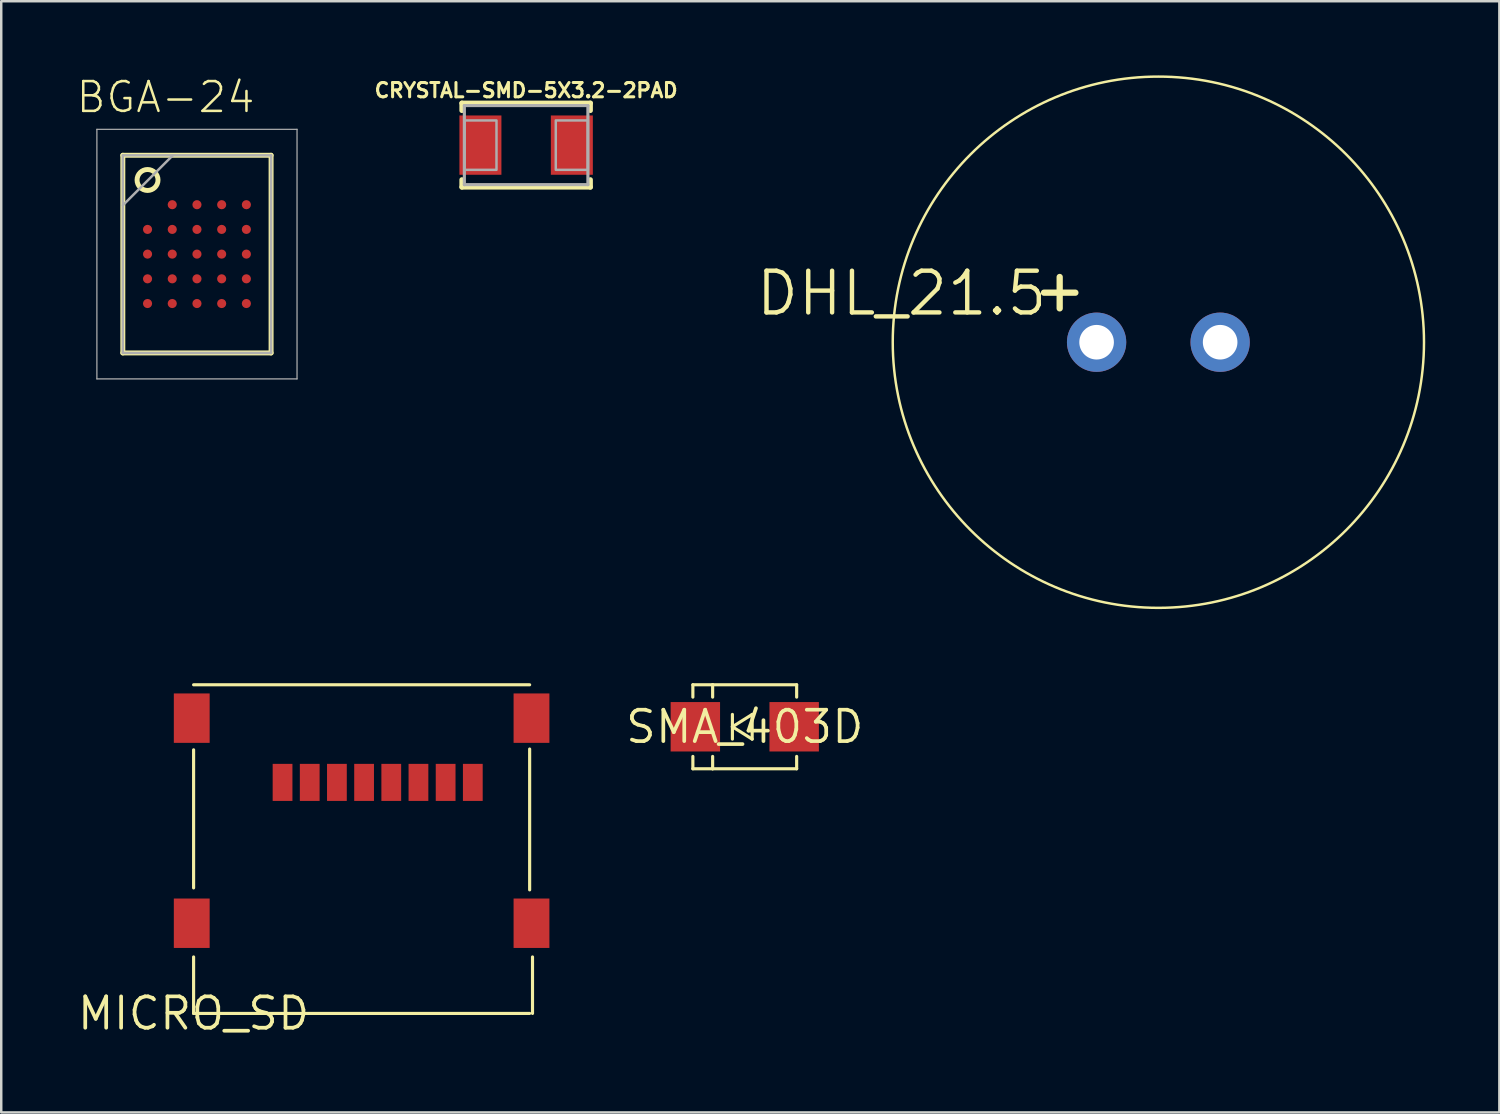
<source format=kicad_pcb>
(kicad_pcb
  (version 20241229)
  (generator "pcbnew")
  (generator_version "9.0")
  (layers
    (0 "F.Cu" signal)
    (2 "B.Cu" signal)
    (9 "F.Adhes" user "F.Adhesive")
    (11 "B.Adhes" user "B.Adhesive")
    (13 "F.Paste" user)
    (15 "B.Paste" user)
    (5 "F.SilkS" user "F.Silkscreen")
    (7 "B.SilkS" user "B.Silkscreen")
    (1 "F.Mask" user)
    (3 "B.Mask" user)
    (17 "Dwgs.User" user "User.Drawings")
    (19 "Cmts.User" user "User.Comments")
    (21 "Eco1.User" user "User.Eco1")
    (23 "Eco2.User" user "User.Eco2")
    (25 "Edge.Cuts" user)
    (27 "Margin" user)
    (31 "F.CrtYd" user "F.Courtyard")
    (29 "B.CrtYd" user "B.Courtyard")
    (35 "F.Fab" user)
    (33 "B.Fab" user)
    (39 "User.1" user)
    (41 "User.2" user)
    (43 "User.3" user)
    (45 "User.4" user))
  (footprint "MICRO_SD"
    (layer "F.Cu")
    (at 4.785 37.964)
    (property "Reference" "MICRO_SD" (at 0 0 0) (layer "F.SilkS") (effects (font (size 1.27 1.27) (thickness 0.15))))
    (attr through_hole)
    (fp_line (start 0 -13.3) (end 13.6 -13.3) (stroke (width 0.127) (type solid)) (layer "F.SilkS"))
    (fp_line (start 0 -10.668) (end 0 -5.08) (stroke (width 0.127) (type solid)) (layer "F.SilkS"))
    (fp_line (start 0 0) (end 0 -2.286) (stroke (width 0.127) (type solid)) (layer "F.SilkS"))
    (fp_line (start 0 0) (end 13.6 0) (stroke (width 0.127) (type solid)) (layer "F.SilkS"))
    (fp_line (start 13.6 -10.7) (end 13.6 -5) (stroke (width 0.127) (type solid)) (layer "F.SilkS"))
    (fp_line (start 13.716 0) (end 13.716 -2.286) (stroke (width 0.127) (type solid)) (layer "F.SilkS"))
    (pad "1" smd rect (at 3.6 -9.35) (size 0.8 1.5) (layers "F.Cu" "F.Mask" "F.Paste"))
    (pad "2" smd rect (at 4.7 -9.35) (size 0.8 1.5) (layers "F.Cu" "F.Mask" "F.Paste"))
    (pad "3" smd rect (at 5.8 -9.35) (size 0.8 1.5) (layers "F.Cu" "F.Mask" "F.Paste"))
    (pad "4" smd rect (at 6.9 -9.35) (size 0.8 1.5) (layers "F.Cu" "F.Mask" "F.Paste"))
    (pad "5" smd rect (at 8 -9.35) (size 0.8 1.5) (layers "F.Cu" "F.Mask" "F.Paste"))
    (pad "6" smd rect (at 9.1 -9.35) (size 0.8 1.5) (layers "F.Cu" "F.Mask" "F.Paste"))
    (pad "7" smd rect (at 10.2 -9.35) (size 0.8 1.5) (layers "F.Cu" "F.Mask" "F.Paste"))
    (pad "8" smd rect (at 11.3 -9.35) (size 0.8 1.5) (layers "F.Cu" "F.Mask" "F.Paste"))
    (pad "SHLD0" smd rect (at 13.675 -3.65) (size 1.45 2) (layers "F.Cu" "F.Mask" "F.Paste"))
    (pad "SHLD1" smd rect (at 13.675 -11.95) (size 1.45 2) (layers "F.Cu" "F.Mask" "F.Paste"))
    (pad "SHLD2" smd rect (at -0.075 -11.95) (size 1.45 2) (layers "F.Cu" "F.Mask" "F.Paste"))
    (pad "SHLD3" smd rect (at -0.075 -3.65) (size 1.45 2) (layers "F.Cu" "F.Mask" "F.Paste")))
  (footprint "SMA_403D"
    (layer "F.Cu")
    (at 27.091 26.363)
    (property "Reference" "SMA_403D" (at 0 0 0) (layer "F.SilkS") (effects (font (size 1.27 1.27) (thickness 0.15))))
    (attr through_hole)
    (fp_line (start -2.1 -1.7) (end -1.3 -1.7) (stroke (width 0.127) (type solid)) (layer "F.SilkS"))
    (fp_line (start -2.1 -1.2) (end -2.1 -1.7) (stroke (width 0.127) (type solid)) (layer "F.SilkS"))
    (fp_line (start -2.1 1.2) (end -2.1 1.7) (stroke (width 0.127) (type solid)) (layer "F.SilkS"))
    (fp_line (start -2.1 1.7) (end -1.3 1.7) (stroke (width 0.127) (type solid)) (layer "F.SilkS"))
    (fp_line (start -1.3 -1.7) (end -1.3 -1.2) (stroke (width 0.127) (type solid)) (layer "F.SilkS"))
    (fp_line (start -1.3 -1.7) (end 2.1 -1.7) (stroke (width 0.127) (type solid)) (layer "F.SilkS"))
    (fp_line (start -1.3 1.7) (end -1.3 1.2) (stroke (width 0.127) (type solid)) (layer "F.SilkS"))
    (fp_line (start -1.3 1.7) (end 2.1 1.7) (stroke (width 0.127) (type solid)) (layer "F.SilkS"))
    (fp_line (start -0.5 -0.5) (end -0.5 0) (stroke (width 0.127) (type solid)) (layer "F.SilkS"))
    (fp_line (start -0.5 0) (end -0.5 0.5) (stroke (width 0.127) (type solid)) (layer "F.SilkS"))
    (fp_line (start -0.5 0) (end 0.3 -0.5) (stroke (width 0.127) (type solid)) (layer "F.SilkS"))
    (fp_line (start 0.3 -0.5) (end 0.3 0.5) (stroke (width 0.127) (type solid)) (layer "F.SilkS"))
    (fp_line (start 0.3 0.5) (end -0.5 0) (stroke (width 0.127) (type solid)) (layer "F.SilkS"))
    (fp_line (start 2.1 -1.7) (end 2.1 -1.2) (stroke (width 0.127) (type solid)) (layer "F.SilkS"))
    (fp_line (start 2.1 1.7) (end 2.1 1.2) (stroke (width 0.127) (type solid)) (layer "F.SilkS"))
    (pad "A" smd rect (at 2 0) (size 2 2) (layers "F.Cu" "F.Mask" "F.Paste"))
    (pad "C" smd rect (at -2 0) (size 2 2) (layers "F.Cu" "F.Mask" "F.Paste")))
  (footprint "BGA-24"
    (layer "F.Cu")
    (at 4.921 7.234)
    (property "Reference" "BGA-24" (at -1.27 -6.35 0) (layer "F.SilkS") (effects (font (size 1.206 1.206) (thickness 0.102))))
    (attr through_hole)
    (fp_line (start -3 -4) (end 3 -4) (stroke (width 0.2) (type solid)) (layer "F.SilkS"))
    (fp_line (start -3 4) (end -3 -4) (stroke (width 0.2) (type solid)) (layer "F.SilkS"))
    (fp_line (start 3 -4) (end 3 4) (stroke (width 0.2) (type solid)) (layer "F.SilkS"))
    (fp_line (start 3 4) (end -3 4) (stroke (width 0.2) (type solid)) (layer "F.SilkS"))
    (fp_circle (center -2 -3) (end -1.576 -3) (stroke (width 0.2) (type solid)) (fill no) (layer "F.SilkS"))
    (fp_line (start -4.05 -5.05) (end 4.05 -5.05) (stroke (width 0.05) (type solid)) (layer "F.Fab"))
    (fp_line (start -4.05 5.05) (end -4.05 -5.05) (stroke (width 0.05) (type solid)) (layer "F.Fab"))
    (fp_line (start -3 -4) (end 3 -4) (stroke (width 0.1) (type solid)) (layer "F.Fab"))
    (fp_line (start -3 -1.975) (end -0.975 -4) (stroke (width 0.1) (type solid)) (layer "F.Fab"))
    (fp_line (start -3 4) (end -3 -4) (stroke (width 0.1) (type solid)) (layer "F.Fab"))
    (fp_line (start 3 -4) (end 3 4) (stroke (width 0.1) (type solid)) (layer "F.Fab"))
    (fp_line (start 3 4) (end -3 4) (stroke (width 0.1) (type solid)) (layer "F.Fab"))
    (fp_line (start 4.05 -5.05) (end 4.05 5.05) (stroke (width 0.05) (type solid)) (layer "F.Fab"))
    (fp_line (start 4.05 5.05) (end -4.05 5.05) (stroke (width 0.05) (type solid)) (layer "F.Fab"))
    (pad "A2" smd roundrect (at -1 -2) (size 0.37 0.37) (layers "F.Cu" "F.Mask" "F.Paste") (roundrect_rratio 0.5))
    (pad "A3" smd roundrect (at 0 -2) (size 0.37 0.37) (layers "F.Cu" "F.Mask" "F.Paste") (roundrect_rratio 0.5))
    (pad "A4" smd roundrect (at 1 -2) (size 0.37 0.37) (layers "F.Cu" "F.Mask" "F.Paste") (roundrect_rratio 0.5))
    (pad "A5" smd roundrect (at 2 -2) (size 0.37 0.37) (layers "F.Cu" "F.Mask" "F.Paste") (roundrect_rratio 0.5))
    (pad "B1" smd roundrect (at -2 -1) (size 0.37 0.37) (layers "F.Cu" "F.Mask" "F.Paste") (roundrect_rratio 0.5))
    (pad "B2" smd roundrect (at -1 -1) (size 0.37 0.37) (layers "F.Cu" "F.Mask" "F.Paste") (roundrect_rratio 0.5))
    (pad "B3" smd roundrect (at 0 -1) (size 0.37 0.37) (layers "F.Cu" "F.Mask" "F.Paste") (roundrect_rratio 0.5))
    (pad "B4" smd roundrect (at 1 -1) (size 0.37 0.37) (layers "F.Cu" "F.Mask" "F.Paste") (roundrect_rratio 0.5))
    (pad "B5" smd roundrect (at 2 -1) (size 0.37 0.37) (layers "F.Cu" "F.Mask" "F.Paste") (roundrect_rratio 0.5))
    (pad "C1" smd roundrect (at -2 0) (size 0.37 0.37) (layers "F.Cu" "F.Mask" "F.Paste") (roundrect_rratio 0.5))
    (pad "C2" smd roundrect (at -1 0) (size 0.37 0.37) (layers "F.Cu" "F.Mask" "F.Paste") (roundrect_rratio 0.5))
    (pad "C3" smd roundrect (at 0 0) (size 0.37 0.37) (layers "F.Cu" "F.Mask" "F.Paste") (roundrect_rratio 0.5))
    (pad "C4" smd roundrect (at 1 0) (size 0.37 0.37) (layers "F.Cu" "F.Mask" "F.Paste") (roundrect_rratio 0.5))
    (pad "C5" smd roundrect (at 2 0) (size 0.37 0.37) (layers "F.Cu" "F.Mask" "F.Paste") (roundrect_rratio 0.5))
    (pad "D1" smd roundrect (at -2 1) (size 0.37 0.37) (layers "F.Cu" "F.Mask" "F.Paste") (roundrect_rratio 0.5))
    (pad "D2" smd roundrect (at -1 1) (size 0.37 0.37) (layers "F.Cu" "F.Mask" "F.Paste") (roundrect_rratio 0.5))
    (pad "D3" smd roundrect (at 0 1) (size 0.37 0.37) (layers "F.Cu" "F.Mask" "F.Paste") (roundrect_rratio 0.5))
    (pad "D4" smd roundrect (at 1 1) (size 0.37 0.37) (layers "F.Cu" "F.Mask" "F.Paste") (roundrect_rratio 0.5))
    (pad "D5" smd roundrect (at 2 1) (size 0.37 0.37) (layers "F.Cu" "F.Mask" "F.Paste") (roundrect_rratio 0.5))
    (pad "E1" smd roundrect (at -2 2) (size 0.37 0.37) (layers "F.Cu" "F.Mask" "F.Paste") (roundrect_rratio 0.5))
    (pad "E2" smd roundrect (at -1 2) (size 0.37 0.37) (layers "F.Cu" "F.Mask" "F.Paste") (roundrect_rratio 0.5))
    (pad "E3" smd roundrect (at 0 2) (size 0.37 0.37) (layers "F.Cu" "F.Mask" "F.Paste") (roundrect_rratio 0.5))
    (pad "E4" smd roundrect (at 1 2) (size 0.37 0.37) (layers "F.Cu" "F.Mask" "F.Paste") (roundrect_rratio 0.5))
    (pad "E5" smd roundrect (at 2 2) (size 0.37 0.37) (layers "F.Cu" "F.Mask" "F.Paste") (roundrect_rratio 0.5)))
  (footprint "CRYSTAL-SMD-5X3.2-2PAD"
    (layer "F.Cu")
    (at 18.243 2.823)
    (property "Reference" "CRYSTAL-SMD-5X3.2-2PAD" (at 0 -1.878 0) (layer "F.SilkS") (effects (font (size 0.579 0.579) (thickness 0.122)) (justify bottom)))
    (attr through_hole)
    (fp_line (start -2.6 -1.7) (end -2.6 -1.4) (stroke (width 0.203) (type solid)) (layer "F.SilkS"))
    (fp_line (start -2.6 -1.7) (end 2.6 -1.7) (stroke (width 0.203) (type solid)) (layer "F.SilkS"))
    (fp_line (start -2.6 1.7) (end -2.6 1.4) (stroke (width 0.203) (type solid)) (layer "F.SilkS"))
    (fp_line (start 2.6 -1.7) (end 2.6 -1.4) (stroke (width 0.203) (type solid)) (layer "F.SilkS"))
    (fp_line (start 2.6 1.7) (end -2.6 1.7) (stroke (width 0.203) (type solid)) (layer "F.SilkS"))
    (fp_line (start 2.6 1.7) (end 2.6 1.4) (stroke (width 0.203) (type solid)) (layer "F.SilkS"))
    (fp_line (start -2.5 -1.6) (end -2.5 1.6) (stroke (width 0.127) (type solid)) (layer "F.Fab"))
    (fp_line (start -2.5 1.6) (end 2.5 1.6) (stroke (width 0.127) (type solid)) (layer "F.Fab"))
    (fp_line (start 2.5 -1.6) (end -2.5 -1.6) (stroke (width 0.127) (type solid)) (layer "F.Fab"))
    (fp_line (start 2.5 1.6) (end 2.5 -1.6) (stroke (width 0.127) (type solid)) (layer "F.Fab"))
    (fp_poly (pts (xy -2.5 -1) (xy -1.2 -1) (xy -1.2 1) (xy -2.5 1)) (stroke (width 0.1) (type solid)) (fill no) (layer "F.Fab"))
    (fp_poly (pts (xy 2.5 1) (xy 1.2 1) (xy 1.2 -1) (xy 2.5 -1)) (stroke (width 0.1) (type solid)) (fill no) (layer "F.Fab"))
    (pad "P$1" smd rect (at 1.85 0) (size 1.7 2.4) (layers "F.Cu" "F.Mask" "F.Paste"))
    (pad "P$2" smd rect (at -1.85 0) (size 1.7 2.4) (layers "F.Cu" "F.Mask" "F.Paste")))
  (footprint "DHL_21.5"
    (layer "F.Cu")
    (at 43.83 10.8)
    (property "Reference" "DHL_21.5" (at -4.401 -2.966 0) (layer "F.SilkS") (effects (font (size 1.689 1.689) (thickness 0.178)) (justify right top)))
    (attr through_hole)
    (fp_line (start -3.994 -2.64) (end -3.994 -1.37) (stroke (width 0.254) (type solid)) (layer "F.SilkS"))
    (fp_line (start -3.359 -2.005) (end -4.629 -2.005) (stroke (width 0.254) (type solid)) (layer "F.SilkS"))
    (fp_circle (center 0 0) (end 10.75 0) (stroke (width 0.1) (type solid)) (fill no) (layer "F.SilkS"))
    (pad "+" thru_hole circle (at -2.5 0) (size 2.4 2.4) (drill 1.4) (layers "*.Cu" "*.Mask"))
    (pad "-" thru_hole circle (at 2.5 0) (size 2.4 2.4) (drill 1.4) (layers "*.Cu" "*.Mask")))
  (gr_rect
    (start -3 -3)
    (end 57.63 41.97)
    (stroke (width 0.1) (type default))
    (fill no)
    (layer "Edge.Cuts")))
</source>
